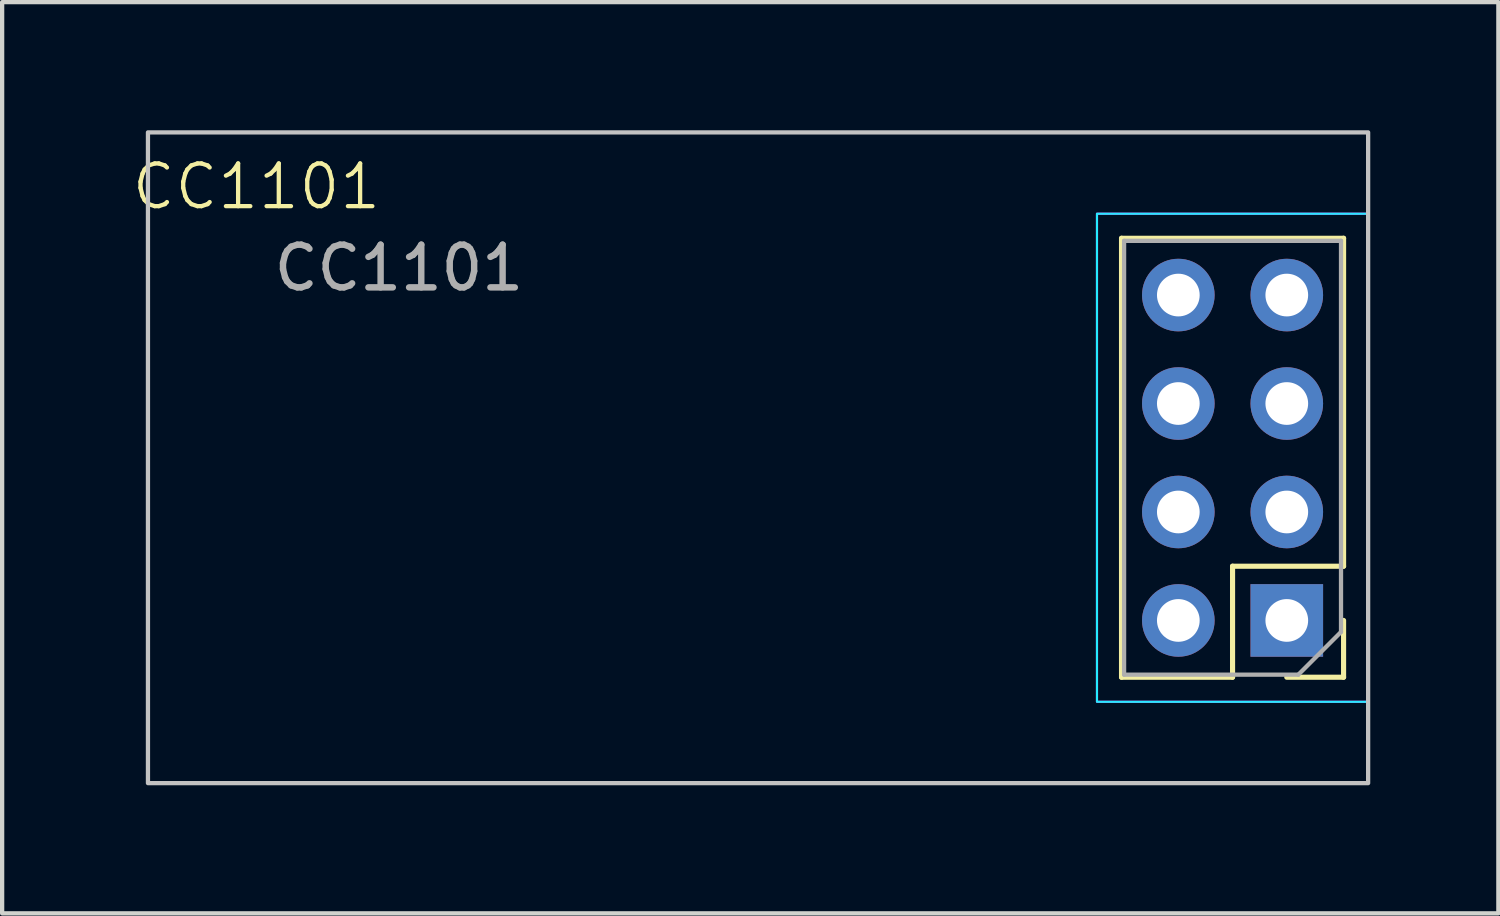
<source format=kicad_pcb>
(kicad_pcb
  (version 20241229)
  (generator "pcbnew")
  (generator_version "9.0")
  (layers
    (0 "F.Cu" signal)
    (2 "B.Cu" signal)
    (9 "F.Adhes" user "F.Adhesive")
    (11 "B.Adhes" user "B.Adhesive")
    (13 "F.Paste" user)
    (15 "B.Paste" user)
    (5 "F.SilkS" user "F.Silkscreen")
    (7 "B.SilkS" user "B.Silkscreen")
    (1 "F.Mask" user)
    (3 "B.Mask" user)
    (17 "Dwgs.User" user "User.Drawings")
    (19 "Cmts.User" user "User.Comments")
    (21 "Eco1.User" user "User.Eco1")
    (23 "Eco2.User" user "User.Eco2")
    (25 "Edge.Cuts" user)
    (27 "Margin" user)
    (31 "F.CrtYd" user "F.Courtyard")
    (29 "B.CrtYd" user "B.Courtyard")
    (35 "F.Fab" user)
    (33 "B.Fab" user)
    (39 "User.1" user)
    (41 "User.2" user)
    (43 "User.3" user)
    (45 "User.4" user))
  (footprint "CC1101"
    (layer "F.Cu")
    (at 27.085 11.48)
    (property "Reference" "CC1101" (at -24.13 -10.16 0) (unlocked yes) (layer "F.SilkS") (effects (font (size 1 1) (thickness 0.1))))
    (attr through_hole)
    (fp_line (start -3.87 -8.95) (end 1.33 -8.95) (stroke (width 0.12) (type solid)) (layer "F.SilkS"))
    (fp_line (start -3.87 1.33) (end -3.87 -8.95) (stroke (width 0.12) (type solid)) (layer "F.SilkS"))
    (fp_line (start -3.87 1.33) (end -1.27 1.33) (stroke (width 0.12) (type solid)) (layer "F.SilkS"))
    (fp_line (start -1.27 -1.27) (end 1.33 -1.27) (stroke (width 0.12) (type solid)) (layer "F.SilkS"))
    (fp_line (start -1.27 1.33) (end -1.27 -1.27) (stroke (width 0.12) (type solid)) (layer "F.SilkS"))
    (fp_line (start 0 1.33) (end 1.33 1.33) (stroke (width 0.12) (type solid)) (layer "F.SilkS"))
    (fp_line (start 1.33 -1.27) (end 1.33 -8.95) (stroke (width 0.12) (type solid)) (layer "F.SilkS"))
    (fp_line (start 1.33 1.33) (end 1.33 0) (stroke (width 0.12) (type solid)) (layer "F.SilkS"))
    (fp_rect (start -26.67 -11.43) (end 1.905 3.81) (stroke (width 0.1) (type default)) (fill no) (layer "Dwgs.User"))
    (fp_rect (start -4.445 -9.525) (end 1.905 1.905) (stroke (width 0.05) (type default)) (fill no) (layer "B.CrtYd"))
    (fp_rect (start -4.445 -9.525) (end 1.905 1.905) (stroke (width 0.05) (type default)) (fill no) (layer "F.CrtYd"))
    (fp_line (start -3.81 -8.89) (end -3.81 1.27) (stroke (width 0.1) (type solid)) (layer "F.Fab"))
    (fp_line (start -3.81 1.27) (end 0.27 1.27) (stroke (width 0.1) (type solid)) (layer "F.Fab"))
    (fp_line (start 0.27 1.27) (end 1.27 0.27) (stroke (width 0.1) (type solid)) (layer "F.Fab"))
    (fp_line (start 1.27 -8.89) (end -3.81 -8.89) (stroke (width 0.1) (type solid)) (layer "F.Fab"))
    (fp_line (start 1.27 0.27) (end 1.27 -8.89) (stroke (width 0.1) (type solid)) (layer "F.Fab"))
    (fp_text user "${REFERENCE}" (at -20.793 -8.255 0) (unlocked yes) (layer "F.Fab") (effects (font (size 1 1) (thickness 0.15))))
    (pad "1" thru_hole rect (at 0 0) (size 1.7 1.7) (drill 1) (layers "*.Cu" "*.Mask"))
    (pad "2" thru_hole oval (at -2.54 0) (size 1.7 1.7) (drill 1) (layers "*.Cu" "*.Mask"))
    (pad "3" thru_hole oval (at 0 -2.54) (size 1.7 1.7) (drill 1) (layers "*.Cu" "*.Mask"))
    (pad "4" thru_hole oval (at -2.54 -2.54) (size 1.7 1.7) (drill 1) (layers "*.Cu" "*.Mask"))
    (pad "5" thru_hole oval (at 0 -5.08) (size 1.7 1.7) (drill 1) (layers "*.Cu" "*.Mask"))
    (pad "6" thru_hole oval (at -2.54 -5.08) (size 1.7 1.7) (drill 1) (layers "*.Cu" "*.Mask"))
    (pad "7" thru_hole oval (at 0 -7.62) (size 1.7 1.7) (drill 1) (layers "*.Cu" "*.Mask"))
    (pad "8" thru_hole oval (at -2.54 -7.62) (size 1.7 1.7) (drill 1) (layers "*.Cu" "*.Mask")))
  (gr_rect
    (start -3 -3)
    (end 32.04 18.34)
    (stroke (width 0.1) (type default))
    (fill no)
    (layer "Edge.Cuts")))
</source>
